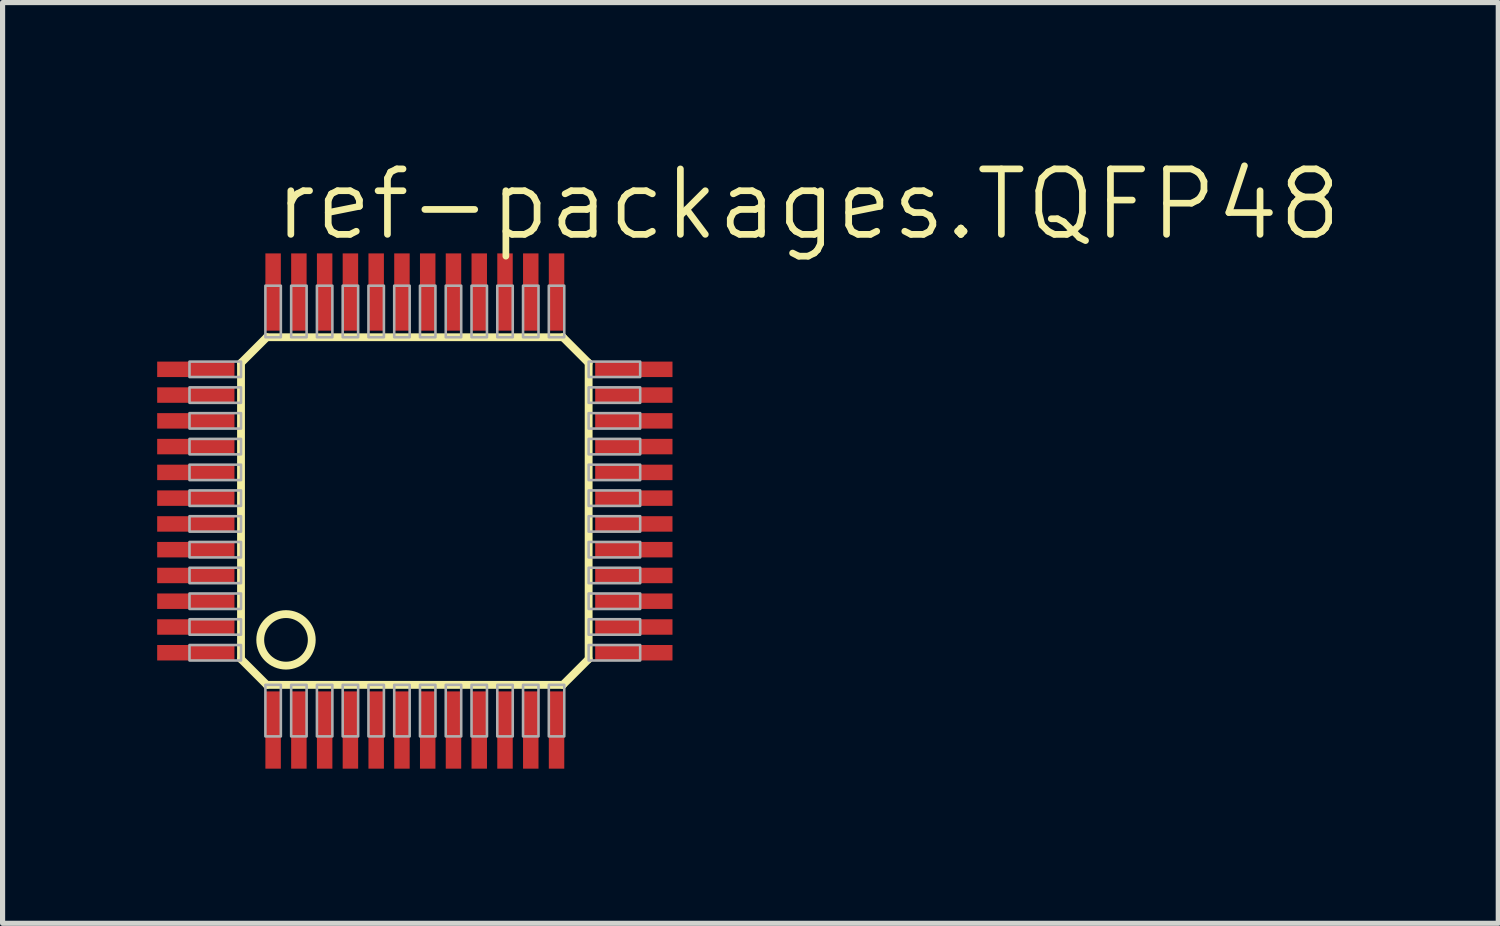
<source format=kicad_pcb>
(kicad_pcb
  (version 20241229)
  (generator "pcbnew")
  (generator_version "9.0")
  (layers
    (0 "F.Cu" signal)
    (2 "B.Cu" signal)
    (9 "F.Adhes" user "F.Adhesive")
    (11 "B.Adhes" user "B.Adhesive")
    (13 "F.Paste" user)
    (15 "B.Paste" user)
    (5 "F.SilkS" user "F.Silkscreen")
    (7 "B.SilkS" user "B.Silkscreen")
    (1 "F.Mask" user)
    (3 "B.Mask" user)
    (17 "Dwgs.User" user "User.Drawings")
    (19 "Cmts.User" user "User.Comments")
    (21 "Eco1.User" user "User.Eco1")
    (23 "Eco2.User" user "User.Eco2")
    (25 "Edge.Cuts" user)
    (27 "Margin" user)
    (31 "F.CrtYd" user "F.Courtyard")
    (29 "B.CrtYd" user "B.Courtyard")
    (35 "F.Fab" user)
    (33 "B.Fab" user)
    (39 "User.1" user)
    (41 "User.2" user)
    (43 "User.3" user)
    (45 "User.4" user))
  (footprint "ref-packages.TQFP48"
    (layer "F.Cu")
    (at 5 6.867)
    (property "Reference" "ref-packages.TQFP48" (at -2.794 -5.207 0) (layer "F.SilkS") (effects (font (size 1.27 1.27) (thickness 0.13)) (justify left bottom)))
    (attr smd)
    (fp_line (start -3.373 -2.873) (end -3.373 2.873) (stroke (width 0.152) (type default)) (layer "F.SilkS"))
    (fp_line (start -3.373 2.873) (end -2.873 3.373) (stroke (width 0.152) (type default)) (layer "F.SilkS"))
    (fp_line (start -2.873 -3.373) (end -3.373 -2.873) (stroke (width 0.152) (type default)) (layer "F.SilkS"))
    (fp_line (start -2.873 3.373) (end 2.873 3.373) (stroke (width 0.152) (type default)) (layer "F.SilkS"))
    (fp_line (start 2.873 -3.373) (end -2.873 -3.373) (stroke (width 0.152) (type default)) (layer "F.SilkS"))
    (fp_line (start 2.873 3.373) (end 3.373 2.873) (stroke (width 0.152) (type default)) (layer "F.SilkS"))
    (fp_line (start 3.373 -2.873) (end 2.873 -3.373) (stroke (width 0.152) (type default)) (layer "F.SilkS"))
    (fp_line (start 3.373 2.873) (end 3.373 -2.873) (stroke (width 0.152) (type default)) (layer "F.SilkS"))
    (fp_circle (center -2.5 2.5) (end -2 2.5) (stroke (width 0.152) (type default)) (fill no) (layer "F.SilkS"))
    (fp_rect (start -4.373 -2.6) (end -3.373 -2.9) (stroke (width 0.05) (type default)) (fill no) (layer "F.Fab"))
    (fp_rect (start -4.373 -2.1) (end -3.373 -2.4) (stroke (width 0.05) (type default)) (fill no) (layer "F.Fab"))
    (fp_rect (start -4.373 -1.6) (end -3.373 -1.9) (stroke (width 0.05) (type default)) (fill no) (layer "F.Fab"))
    (fp_rect (start -4.373 -1.1) (end -3.373 -1.4) (stroke (width 0.05) (type default)) (fill no) (layer "F.Fab"))
    (fp_rect (start -4.373 -0.6) (end -3.373 -0.9) (stroke (width 0.05) (type default)) (fill no) (layer "F.Fab"))
    (fp_rect (start -4.373 -0.1) (end -3.373 -0.4) (stroke (width 0.05) (type default)) (fill no) (layer "F.Fab"))
    (fp_rect (start -4.373 0.4) (end -3.373 0.1) (stroke (width 0.05) (type default)) (fill no) (layer "F.Fab"))
    (fp_rect (start -4.373 0.9) (end -3.373 0.6) (stroke (width 0.05) (type default)) (fill no) (layer "F.Fab"))
    (fp_rect (start -4.373 1.4) (end -3.373 1.1) (stroke (width 0.05) (type default)) (fill no) (layer "F.Fab"))
    (fp_rect (start -4.373 1.9) (end -3.373 1.6) (stroke (width 0.05) (type default)) (fill no) (layer "F.Fab"))
    (fp_rect (start -4.373 2.4) (end -3.373 2.1) (stroke (width 0.05) (type default)) (fill no) (layer "F.Fab"))
    (fp_rect (start -4.373 2.9) (end -3.373 2.6) (stroke (width 0.05) (type default)) (fill no) (layer "F.Fab"))
    (fp_rect (start -2.9 -3.373) (end -2.6 -4.373) (stroke (width 0.05) (type default)) (fill no) (layer "F.Fab"))
    (fp_rect (start -2.9 4.373) (end -2.6 3.373) (stroke (width 0.05) (type default)) (fill no) (layer "F.Fab"))
    (fp_rect (start -2.4 -3.373) (end -2.1 -4.373) (stroke (width 0.05) (type default)) (fill no) (layer "F.Fab"))
    (fp_rect (start -2.4 4.373) (end -2.1 3.373) (stroke (width 0.05) (type default)) (fill no) (layer "F.Fab"))
    (fp_rect (start -1.9 -3.373) (end -1.6 -4.373) (stroke (width 0.05) (type default)) (fill no) (layer "F.Fab"))
    (fp_rect (start -1.9 4.373) (end -1.6 3.373) (stroke (width 0.05) (type default)) (fill no) (layer "F.Fab"))
    (fp_rect (start -1.4 -3.373) (end -1.1 -4.373) (stroke (width 0.05) (type default)) (fill no) (layer "F.Fab"))
    (fp_rect (start -1.4 4.373) (end -1.1 3.373) (stroke (width 0.05) (type default)) (fill no) (layer "F.Fab"))
    (fp_rect (start -0.9 -3.373) (end -0.6 -4.373) (stroke (width 0.05) (type default)) (fill no) (layer "F.Fab"))
    (fp_rect (start -0.9 4.373) (end -0.6 3.373) (stroke (width 0.05) (type default)) (fill no) (layer "F.Fab"))
    (fp_rect (start -0.4 -3.373) (end -0.1 -4.373) (stroke (width 0.05) (type default)) (fill no) (layer "F.Fab"))
    (fp_rect (start -0.4 4.373) (end -0.1 3.373) (stroke (width 0.05) (type default)) (fill no) (layer "F.Fab"))
    (fp_rect (start 0.1 -3.373) (end 0.4 -4.373) (stroke (width 0.05) (type default)) (fill no) (layer "F.Fab"))
    (fp_rect (start 0.1 4.373) (end 0.4 3.373) (stroke (width 0.05) (type default)) (fill no) (layer "F.Fab"))
    (fp_rect (start 0.6 -3.373) (end 0.9 -4.373) (stroke (width 0.05) (type default)) (fill no) (layer "F.Fab"))
    (fp_rect (start 0.6 4.373) (end 0.9 3.373) (stroke (width 0.05) (type default)) (fill no) (layer "F.Fab"))
    (fp_rect (start 1.1 -3.373) (end 1.4 -4.373) (stroke (width 0.05) (type default)) (fill no) (layer "F.Fab"))
    (fp_rect (start 1.1 4.373) (end 1.4 3.373) (stroke (width 0.05) (type default)) (fill no) (layer "F.Fab"))
    (fp_rect (start 1.6 -3.373) (end 1.9 -4.373) (stroke (width 0.05) (type default)) (fill no) (layer "F.Fab"))
    (fp_rect (start 1.6 4.373) (end 1.9 3.373) (stroke (width 0.05) (type default)) (fill no) (layer "F.Fab"))
    (fp_rect (start 2.1 -3.373) (end 2.4 -4.373) (stroke (width 0.05) (type default)) (fill no) (layer "F.Fab"))
    (fp_rect (start 2.1 4.373) (end 2.4 3.373) (stroke (width 0.05) (type default)) (fill no) (layer "F.Fab"))
    (fp_rect (start 2.6 -3.373) (end 2.9 -4.373) (stroke (width 0.05) (type default)) (fill no) (layer "F.Fab"))
    (fp_rect (start 2.6 4.373) (end 2.9 3.373) (stroke (width 0.05) (type default)) (fill no) (layer "F.Fab"))
    (fp_rect (start 3.373 -2.6) (end 4.373 -2.9) (stroke (width 0.05) (type default)) (fill no) (layer "F.Fab"))
    (fp_rect (start 3.373 -2.1) (end 4.373 -2.4) (stroke (width 0.05) (type default)) (fill no) (layer "F.Fab"))
    (fp_rect (start 3.373 -1.6) (end 4.373 -1.9) (stroke (width 0.05) (type default)) (fill no) (layer "F.Fab"))
    (fp_rect (start 3.373 -1.1) (end 4.373 -1.4) (stroke (width 0.05) (type default)) (fill no) (layer "F.Fab"))
    (fp_rect (start 3.373 -0.6) (end 4.373 -0.9) (stroke (width 0.05) (type default)) (fill no) (layer "F.Fab"))
    (fp_rect (start 3.373 -0.1) (end 4.373 -0.4) (stroke (width 0.05) (type default)) (fill no) (layer "F.Fab"))
    (fp_rect (start 3.373 0.4) (end 4.373 0.1) (stroke (width 0.05) (type default)) (fill no) (layer "F.Fab"))
    (fp_rect (start 3.373 0.9) (end 4.373 0.6) (stroke (width 0.05) (type default)) (fill no) (layer "F.Fab"))
    (fp_rect (start 3.373 1.4) (end 4.373 1.1) (stroke (width 0.05) (type default)) (fill no) (layer "F.Fab"))
    (fp_rect (start 3.373 1.9) (end 4.373 1.6) (stroke (width 0.05) (type default)) (fill no) (layer "F.Fab"))
    (fp_rect (start 3.373 2.4) (end 4.373 2.1) (stroke (width 0.05) (type default)) (fill no) (layer "F.Fab"))
    (fp_rect (start 3.373 2.9) (end 4.373 2.6) (stroke (width 0.05) (type default)) (fill no) (layer "F.Fab"))
    (pad "1" smd roundrect (at -2.75 4.25) (size 0.3 1.5) (layers "F.Cu" "F.Mask" "F.Paste") (roundrect_rratio 0.01))
    (pad "2" smd roundrect (at -2.25 4.25) (size 0.3 1.5) (layers "F.Cu" "F.Mask" "F.Paste") (roundrect_rratio 0.01))
    (pad "3" smd roundrect (at -1.75 4.25) (size 0.3 1.5) (layers "F.Cu" "F.Mask" "F.Paste") (roundrect_rratio 0.01))
    (pad "4" smd roundrect (at -1.25 4.25) (size 0.3 1.5) (layers "F.Cu" "F.Mask" "F.Paste") (roundrect_rratio 0.01))
    (pad "5" smd roundrect (at -0.75 4.25) (size 0.3 1.5) (layers "F.Cu" "F.Mask" "F.Paste") (roundrect_rratio 0.01))
    (pad "6" smd roundrect (at -0.25 4.25) (size 0.3 1.5) (layers "F.Cu" "F.Mask" "F.Paste") (roundrect_rratio 0.01))
    (pad "7" smd roundrect (at 0.25 4.25) (size 0.3 1.5) (layers "F.Cu" "F.Mask" "F.Paste") (roundrect_rratio 0.01))
    (pad "8" smd roundrect (at 0.75 4.25) (size 0.3 1.5) (layers "F.Cu" "F.Mask" "F.Paste") (roundrect_rratio 0.01))
    (pad "9" smd roundrect (at 1.25 4.25) (size 0.3 1.5) (layers "F.Cu" "F.Mask" "F.Paste") (roundrect_rratio 0.01))
    (pad "10" smd roundrect (at 1.75 4.25) (size 0.3 1.5) (layers "F.Cu" "F.Mask" "F.Paste") (roundrect_rratio 0.01))
    (pad "11" smd roundrect (at 2.25 4.25) (size 0.3 1.5) (layers "F.Cu" "F.Mask" "F.Paste") (roundrect_rratio 0.01))
    (pad "12" smd roundrect (at 2.75 4.25) (size 0.3 1.5) (layers "F.Cu" "F.Mask" "F.Paste") (roundrect_rratio 0.01))
    (pad "13" smd roundrect (at 4.25 2.75) (size 1.5 0.3) (layers "F.Cu" "F.Mask" "F.Paste") (roundrect_rratio 0.01))
    (pad "14" smd roundrect (at 4.25 2.25) (size 1.5 0.3) (layers "F.Cu" "F.Mask" "F.Paste") (roundrect_rratio 0.01))
    (pad "15" smd roundrect (at 4.25 1.75) (size 1.5 0.3) (layers "F.Cu" "F.Mask" "F.Paste") (roundrect_rratio 0.01))
    (pad "16" smd roundrect (at 4.25 1.25) (size 1.5 0.3) (layers "F.Cu" "F.Mask" "F.Paste") (roundrect_rratio 0.01))
    (pad "17" smd roundrect (at 4.25 0.75) (size 1.5 0.3) (layers "F.Cu" "F.Mask" "F.Paste") (roundrect_rratio 0.01))
    (pad "18" smd roundrect (at 4.25 0.25) (size 1.5 0.3) (layers "F.Cu" "F.Mask" "F.Paste") (roundrect_rratio 0.01))
    (pad "19" smd roundrect (at 4.25 -0.25) (size 1.5 0.3) (layers "F.Cu" "F.Mask" "F.Paste") (roundrect_rratio 0.01))
    (pad "20" smd roundrect (at 4.25 -0.75) (size 1.5 0.3) (layers "F.Cu" "F.Mask" "F.Paste") (roundrect_rratio 0.01))
    (pad "21" smd roundrect (at 4.25 -1.25) (size 1.5 0.3) (layers "F.Cu" "F.Mask" "F.Paste") (roundrect_rratio 0.01))
    (pad "22" smd roundrect (at 4.25 -1.75) (size 1.5 0.3) (layers "F.Cu" "F.Mask" "F.Paste") (roundrect_rratio 0.01))
    (pad "23" smd roundrect (at 4.25 -2.25) (size 1.5 0.3) (layers "F.Cu" "F.Mask" "F.Paste") (roundrect_rratio 0.01))
    (pad "24" smd roundrect (at 4.25 -2.75) (size 1.5 0.3) (layers "F.Cu" "F.Mask" "F.Paste") (roundrect_rratio 0.01))
    (pad "25" smd roundrect (at 2.75 -4.25) (size 0.3 1.5) (layers "F.Cu" "F.Mask" "F.Paste") (roundrect_rratio 0.01))
    (pad "26" smd roundrect (at 2.25 -4.25) (size 0.3 1.5) (layers "F.Cu" "F.Mask" "F.Paste") (roundrect_rratio 0.01))
    (pad "27" smd roundrect (at 1.75 -4.25) (size 0.3 1.5) (layers "F.Cu" "F.Mask" "F.Paste") (roundrect_rratio 0.01))
    (pad "28" smd roundrect (at 1.25 -4.25) (size 0.3 1.5) (layers "F.Cu" "F.Mask" "F.Paste") (roundrect_rratio 0.01))
    (pad "29" smd roundrect (at 0.75 -4.25) (size 0.3 1.5) (layers "F.Cu" "F.Mask" "F.Paste") (roundrect_rratio 0.01))
    (pad "30" smd roundrect (at 0.25 -4.25) (size 0.3 1.5) (layers "F.Cu" "F.Mask" "F.Paste") (roundrect_rratio 0.01))
    (pad "31" smd roundrect (at -0.25 -4.25) (size 0.3 1.5) (layers "F.Cu" "F.Mask" "F.Paste") (roundrect_rratio 0.01))
    (pad "32" smd roundrect (at -0.75 -4.25) (size 0.3 1.5) (layers "F.Cu" "F.Mask" "F.Paste") (roundrect_rratio 0.01))
    (pad "33" smd roundrect (at -1.25 -4.25) (size 0.3 1.5) (layers "F.Cu" "F.Mask" "F.Paste") (roundrect_rratio 0.01))
    (pad "34" smd roundrect (at -1.75 -4.25) (size 0.3 1.5) (layers "F.Cu" "F.Mask" "F.Paste") (roundrect_rratio 0.01))
    (pad "35" smd roundrect (at -2.25 -4.25) (size 0.3 1.5) (layers "F.Cu" "F.Mask" "F.Paste") (roundrect_rratio 0.01))
    (pad "36" smd roundrect (at -2.75 -4.25) (size 0.3 1.5) (layers "F.Cu" "F.Mask" "F.Paste") (roundrect_rratio 0.01))
    (pad "37" smd roundrect (at -4.25 -2.75) (size 1.5 0.3) (layers "F.Cu" "F.Mask" "F.Paste") (roundrect_rratio 0.01))
    (pad "38" smd roundrect (at -4.25 -2.25) (size 1.5 0.3) (layers "F.Cu" "F.Mask" "F.Paste") (roundrect_rratio 0.01))
    (pad "39" smd roundrect (at -4.25 -1.75) (size 1.5 0.3) (layers "F.Cu" "F.Mask" "F.Paste") (roundrect_rratio 0.01))
    (pad "40" smd roundrect (at -4.25 -1.25) (size 1.5 0.3) (layers "F.Cu" "F.Mask" "F.Paste") (roundrect_rratio 0.01))
    (pad "41" smd roundrect (at -4.25 -0.75) (size 1.5 0.3) (layers "F.Cu" "F.Mask" "F.Paste") (roundrect_rratio 0.01))
    (pad "42" smd roundrect (at -4.25 -0.25) (size 1.5 0.3) (layers "F.Cu" "F.Mask" "F.Paste") (roundrect_rratio 0.01))
    (pad "43" smd roundrect (at -4.25 0.25) (size 1.5 0.3) (layers "F.Cu" "F.Mask" "F.Paste") (roundrect_rratio 0.01))
    (pad "44" smd roundrect (at -4.25 0.75) (size 1.5 0.3) (layers "F.Cu" "F.Mask" "F.Paste") (roundrect_rratio 0.01))
    (pad "45" smd roundrect (at -4.25 1.25) (size 1.5 0.3) (layers "F.Cu" "F.Mask" "F.Paste") (roundrect_rratio 0.01))
    (pad "46" smd roundrect (at -4.25 1.75) (size 1.5 0.3) (layers "F.Cu" "F.Mask" "F.Paste") (roundrect_rratio 0.01))
    (pad "47" smd roundrect (at -4.25 2.25) (size 1.5 0.3) (layers "F.Cu" "F.Mask" "F.Paste") (roundrect_rratio 0.01))
    (pad "48" smd roundrect (at -4.25 2.75) (size 1.5 0.3) (layers "F.Cu" "F.Mask" "F.Paste") (roundrect_rratio 0.01)))
  (gr_rect
    (start -3 -3)
    (end 26.025 14.867)
    (stroke (width 0.1) (type default))
    (fill no)
    (layer "Edge.Cuts")))
</source>
